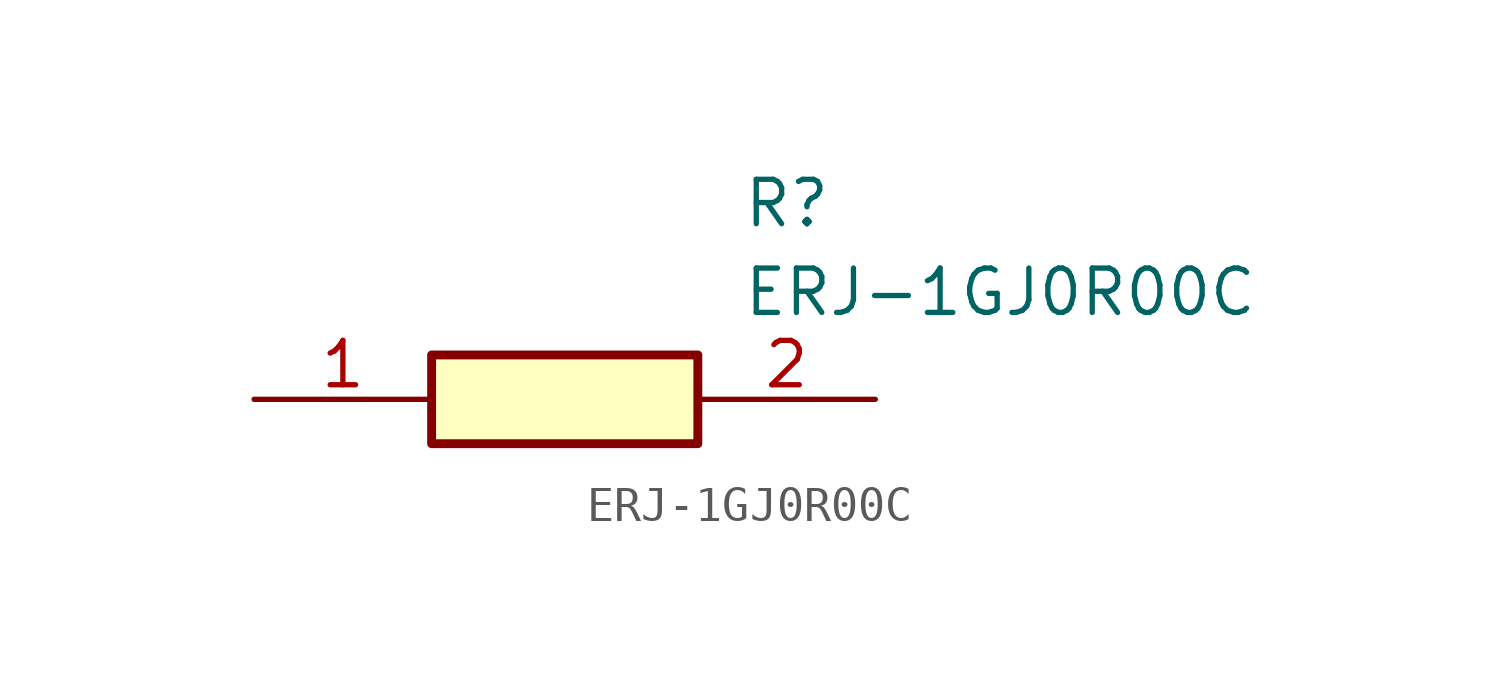
<source format=kicad_sym>
(kicad_symbol_lib
  (version 20211014)
  (generator SamacSys_ECAD_Model)
  (symbol "ERJ-1GJ0R00C"
    (pin_names hide)
    (property "Reference" "R"
      (at 13.97 6.35 0)
      (effects (font (size 1.27 1.27)) (justify left top)))
    (property "Value" "ERJ-1GJ0R00C"
      (at 13.97 3.81 0)
      (effects (font (size 1.27 1.27)) (justify left top)))
    (rectangle
      (start 5.08 1.27)
      (end 12.7 -1.27)
      (stroke (width 0.254) (type default))
      (fill (type background)))
    (pin passive line
      (at 0 0 0)
      (length 5.08)
      (name "1" (effects (font (size 1.27 1.27))))
      (number "1" (effects (font (size 1.27 1.27)))))
    (pin passive line
      (at 17.78 0 180)
      (length 5.08)
      (name "2" (effects (font (size 1.27 1.27))))
      (number "2" (effects (font (size 1.27 1.27)))))))
</source>
